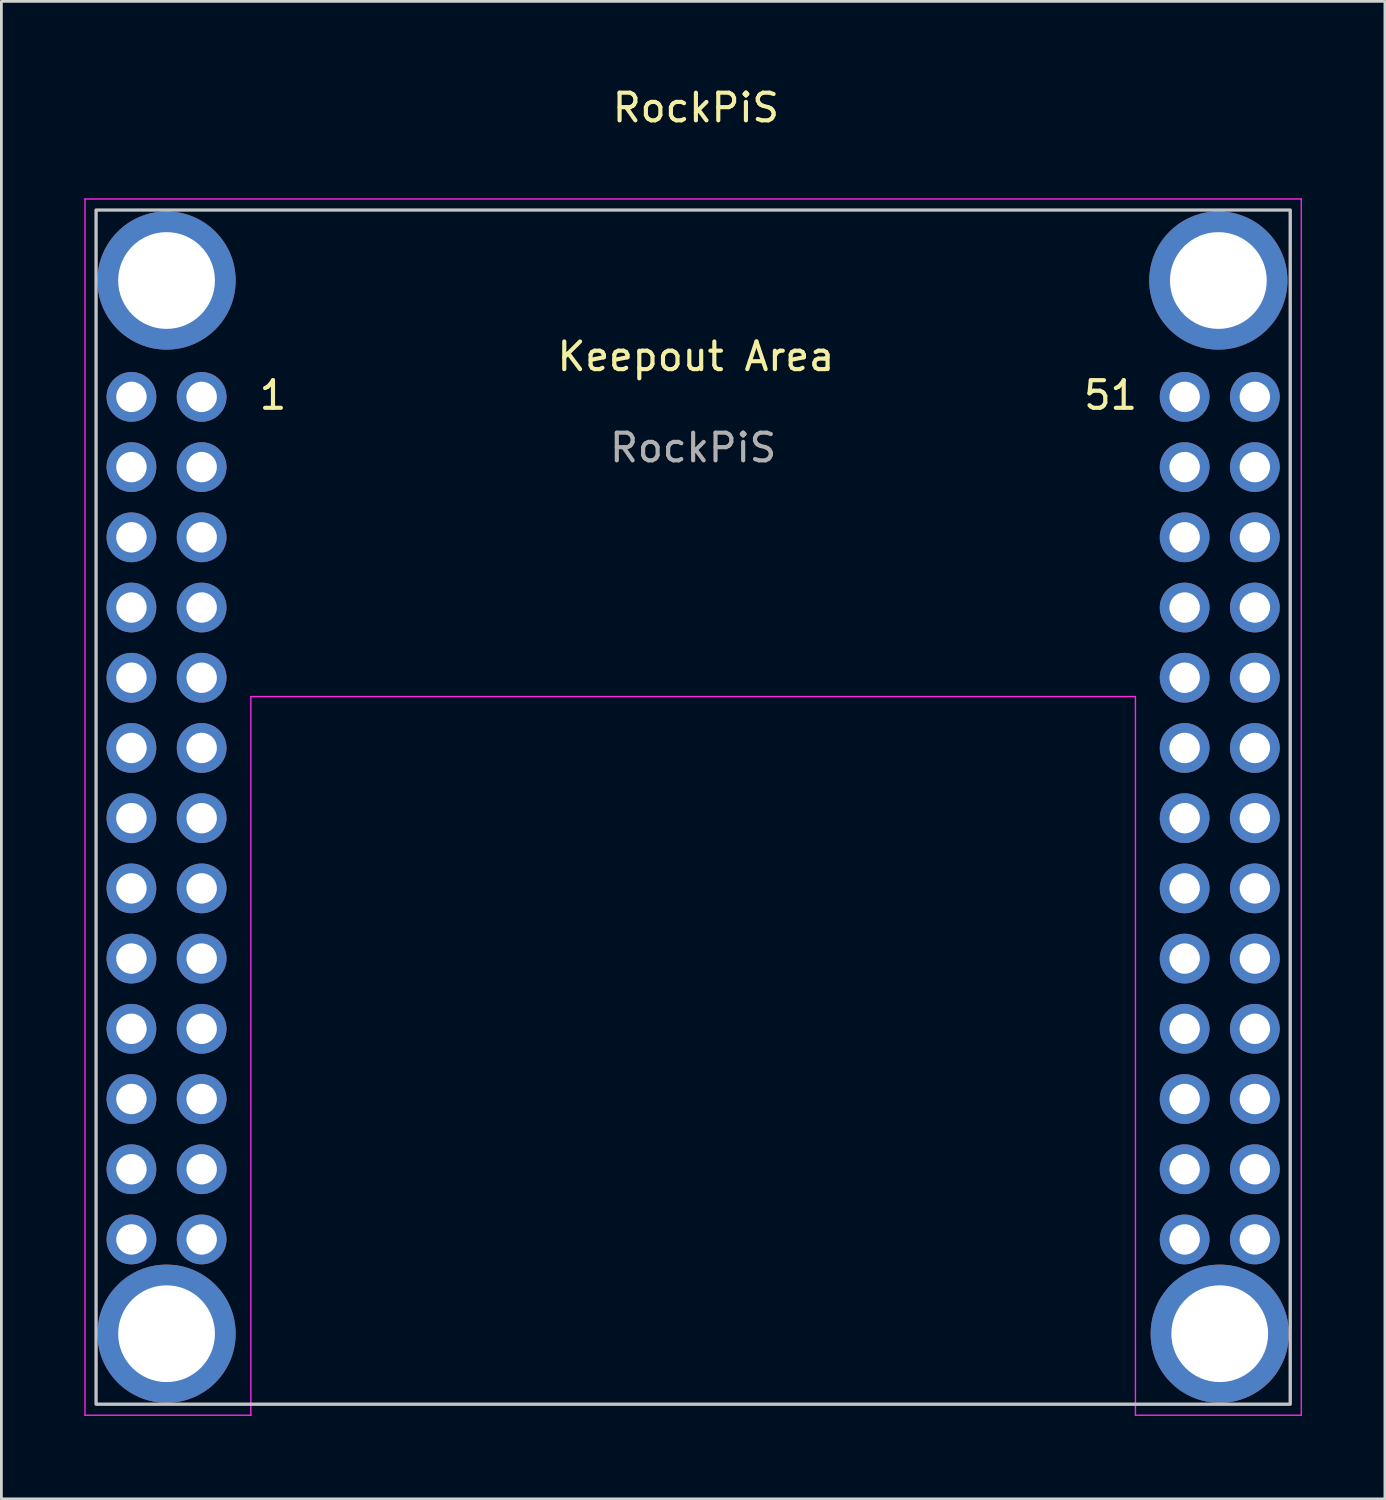
<source format=kicad_pcb>
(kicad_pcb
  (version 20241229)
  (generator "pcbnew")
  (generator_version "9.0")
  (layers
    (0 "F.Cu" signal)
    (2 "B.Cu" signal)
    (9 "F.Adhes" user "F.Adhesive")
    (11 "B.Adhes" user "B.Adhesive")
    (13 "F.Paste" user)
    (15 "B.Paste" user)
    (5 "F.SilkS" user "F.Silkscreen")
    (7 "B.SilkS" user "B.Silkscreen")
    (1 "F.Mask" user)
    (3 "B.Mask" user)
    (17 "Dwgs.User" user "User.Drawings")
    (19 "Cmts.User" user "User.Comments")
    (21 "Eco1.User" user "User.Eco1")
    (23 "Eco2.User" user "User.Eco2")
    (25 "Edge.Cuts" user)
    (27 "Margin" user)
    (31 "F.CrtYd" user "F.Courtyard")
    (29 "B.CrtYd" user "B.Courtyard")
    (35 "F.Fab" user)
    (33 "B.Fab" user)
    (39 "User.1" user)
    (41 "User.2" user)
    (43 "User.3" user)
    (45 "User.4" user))
  (footprint "RockPiS"
    (layer "F.Cu")
    (at 22.025 26.148)
    (property "Reference" "RockPiS" (at 0.1 -25.3 0) (unlocked yes) (layer "F.SilkS") (effects (font (size 1 1) (thickness 0.15))))
    (attr through_hole)
    (fp_rect (start -21.6 -21.6) (end 21.6 21.6) (stroke (width 0.12) (type solid)) (fill no) (layer "Dwgs.User"))
    (fp_line (start -22 -22) (end -22 22) (stroke (width 0.05) (type solid)) (layer "F.CrtYd"))
    (fp_line (start -22 22) (end -16 22) (stroke (width 0.05) (type solid)) (layer "F.CrtYd"))
    (fp_line (start -16 -4) (end 16 -4) (stroke (width 0.05) (type solid)) (layer "F.CrtYd"))
    (fp_line (start -16 22) (end -16 -4) (stroke (width 0.05) (type solid)) (layer "F.CrtYd"))
    (fp_line (start 16 -4) (end 16 22) (stroke (width 0.05) (type solid)) (layer "F.CrtYd"))
    (fp_line (start 16 22) (end 22 22) (stroke (width 0.05) (type solid)) (layer "F.CrtYd"))
    (fp_line (start 22 -22) (end -22 -22) (stroke (width 0.05) (type solid)) (layer "F.CrtYd"))
    (fp_line (start 22 22) (end 22 -22) (stroke (width 0.05) (type solid)) (layer "F.CrtYd"))
    (fp_text user "Keepout Area" (at 0.1 -16.3 0) (unlocked yes) (layer "F.SilkS") (effects (font (size 1 1) (thickness 0.15))))
    (fp_text user "1" (at -15.2 -14.9 0) (unlocked yes) (layer "F.SilkS") (effects (font (size 1 1) (thickness 0.15))))
    (fp_text user "51" (at 15.1 -14.9 0) (unlocked yes) (layer "F.SilkS") (effects (font (size 1 1) (thickness 0.15))))
    (fp_text user "${REFERENCE}" (at 0 -13 0) (unlocked yes) (layer "F.Fab") (effects (font (size 1 1) (thickness 0.15))))
    (pad "0" thru_hole circle (at -19.05 -19.05) (size 5 5) (drill 3.5) (layers "*.Cu" "*.Mask") (remove_unused_layers yes) (keep_end_layers yes) (zone_layer_connections))
    (pad "0" thru_hole circle (at -19.05 19.05) (size 5 5) (drill 3.5) (layers "*.Cu" "*.Mask") (remove_unused_layers yes) (keep_end_layers yes) (zone_layer_connections))
    (pad "0" thru_hole circle (at 19 -19.05) (size 5 5) (drill 3.5) (layers "*.Cu" "*.Mask") (remove_unused_layers yes) (keep_end_layers yes) (zone_layer_connections))
    (pad "0" thru_hole circle (at 19.05 19.05) (size 5 5) (drill 3.5) (layers "*.Cu" "*.Mask") (remove_unused_layers yes) (keep_end_layers yes) (zone_layer_connections))
    (pad "1" thru_hole circle (at -17.78 -14.84) (size 1.8 1.8) (drill 1.1) (layers "*.Cu" "*.Mask") (remove_unused_layers yes) (keep_end_layers yes) (zone_layer_connections))
    (pad "2" thru_hole circle (at -20.32 -14.84) (size 1.8 1.8) (drill 1.1) (layers "*.Cu" "*.Mask") (remove_unused_layers yes) (keep_end_layers yes) (zone_layer_connections))
    (pad "3" thru_hole circle (at -17.78 -12.3) (size 1.8 1.8) (drill 1.1) (layers "*.Cu" "*.Mask") (remove_unused_layers yes) (keep_end_layers yes) (zone_layer_connections))
    (pad "4" thru_hole circle (at -20.32 -12.3) (size 1.8 1.8) (drill 1.1) (layers "*.Cu" "*.Mask") (remove_unused_layers yes) (keep_end_layers yes) (zone_layer_connections))
    (pad "5" thru_hole circle (at -17.78 -9.76) (size 1.8 1.8) (drill 1.1) (layers "*.Cu" "*.Mask") (remove_unused_layers yes) (keep_end_layers yes) (zone_layer_connections))
    (pad "6" thru_hole circle (at -20.32 -9.76) (size 1.8 1.8) (drill 1.1) (layers "*.Cu" "*.Mask") (remove_unused_layers yes) (keep_end_layers yes) (zone_layer_connections))
    (pad "7" thru_hole circle (at -17.78 -7.22) (size 1.8 1.8) (drill 1.1) (layers "*.Cu" "*.Mask") (remove_unused_layers yes) (keep_end_layers yes) (zone_layer_connections))
    (pad "8" thru_hole circle (at -20.32 -7.22) (size 1.8 1.8) (drill 1.1) (layers "*.Cu" "*.Mask") (remove_unused_layers yes) (keep_end_layers yes) (zone_layer_connections))
    (pad "9" thru_hole circle (at -17.78 -4.68) (size 1.8 1.8) (drill 1.1) (layers "*.Cu" "*.Mask") (remove_unused_layers yes) (keep_end_layers yes) (zone_layer_connections))
    (pad "10" thru_hole circle (at -20.32 -4.68) (size 1.8 1.8) (drill 1.1) (layers "*.Cu" "*.Mask") (remove_unused_layers yes) (keep_end_layers yes) (zone_layer_connections))
    (pad "11" thru_hole circle (at -17.78 -2.14) (size 1.8 1.8) (drill 1.1) (layers "*.Cu" "*.Mask") (remove_unused_layers yes) (keep_end_layers yes) (zone_layer_connections))
    (pad "12" thru_hole circle (at -20.32 -2.14) (size 1.8 1.8) (drill 1.1) (layers "*.Cu" "*.Mask") (remove_unused_layers yes) (keep_end_layers yes) (zone_layer_connections))
    (pad "13" thru_hole circle (at -17.78 0.4) (size 1.8 1.8) (drill 1.1) (layers "*.Cu" "*.Mask") (remove_unused_layers yes) (keep_end_layers yes) (zone_layer_connections))
    (pad "14" thru_hole circle (at -20.32 0.4) (size 1.8 1.8) (drill 1.1) (layers "*.Cu" "*.Mask") (remove_unused_layers yes) (keep_end_layers yes) (zone_layer_connections))
    (pad "15" thru_hole circle (at -17.78 2.94) (size 1.8 1.8) (drill 1.1) (layers "*.Cu" "*.Mask") (remove_unused_layers yes) (keep_end_layers yes) (zone_layer_connections))
    (pad "16" thru_hole circle (at -20.32 2.94) (size 1.8 1.8) (drill 1.1) (layers "*.Cu" "*.Mask") (remove_unused_layers yes) (keep_end_layers yes) (zone_layer_connections))
    (pad "17" thru_hole circle (at -17.78 5.48) (size 1.8 1.8) (drill 1.1) (layers "*.Cu" "*.Mask") (remove_unused_layers yes) (keep_end_layers yes) (zone_layer_connections))
    (pad "18" thru_hole circle (at -20.32 5.48) (size 1.8 1.8) (drill 1.1) (layers "*.Cu" "*.Mask") (remove_unused_layers yes) (keep_end_layers yes) (zone_layer_connections))
    (pad "19" thru_hole circle (at -17.78 8.02) (size 1.8 1.8) (drill 1.1) (layers "*.Cu" "*.Mask") (remove_unused_layers yes) (keep_end_layers yes) (zone_layer_connections))
    (pad "20" thru_hole circle (at -20.32 8.02) (size 1.8 1.8) (drill 1.1) (layers "*.Cu" "*.Mask") (remove_unused_layers yes) (keep_end_layers yes) (zone_layer_connections))
    (pad "21" thru_hole circle (at -17.78 10.56) (size 1.8 1.8) (drill 1.1) (layers "*.Cu" "*.Mask") (remove_unused_layers yes) (keep_end_layers yes) (zone_layer_connections))
    (pad "22" thru_hole circle (at -20.32 10.56) (size 1.8 1.8) (drill 1.1) (layers "*.Cu" "*.Mask") (remove_unused_layers yes) (keep_end_layers yes) (zone_layer_connections))
    (pad "23" thru_hole circle (at -17.78 13.1) (size 1.8 1.8) (drill 1.1) (layers "*.Cu" "*.Mask") (remove_unused_layers yes) (keep_end_layers yes) (zone_layer_connections))
    (pad "24" thru_hole circle (at -20.32 13.1) (size 1.8 1.8) (drill 1.1) (layers "*.Cu" "*.Mask") (remove_unused_layers yes) (keep_end_layers yes) (zone_layer_connections))
    (pad "25" thru_hole circle (at -17.78 15.64) (size 1.8 1.8) (drill 1.1) (layers "*.Cu" "*.Mask") (remove_unused_layers yes) (keep_end_layers yes) (zone_layer_connections))
    (pad "26" thru_hole circle (at -20.32 15.64) (size 1.8 1.8) (drill 1.1) (layers "*.Cu" "*.Mask") (remove_unused_layers yes) (keep_end_layers yes) (zone_layer_connections))
    (pad "27" thru_hole circle (at 17.78 15.64) (size 1.8 1.8) (drill 1.1) (layers "*.Cu" "*.Mask") (remove_unused_layers yes) (keep_end_layers yes) (zone_layer_connections))
    (pad "28" thru_hole circle (at 20.32 15.64) (size 1.8 1.8) (drill 1.1) (layers "*.Cu" "*.Mask") (remove_unused_layers yes) (keep_end_layers yes) (zone_layer_connections))
    (pad "29" thru_hole circle (at 17.78 13.1) (size 1.8 1.8) (drill 1.1) (layers "*.Cu" "*.Mask") (remove_unused_layers yes) (keep_end_layers yes) (zone_layer_connections))
    (pad "30" thru_hole circle (at 20.32 13.1) (size 1.8 1.8) (drill 1.1) (layers "*.Cu" "*.Mask") (remove_unused_layers yes) (keep_end_layers yes) (zone_layer_connections))
    (pad "31" thru_hole circle (at 17.78 10.56) (size 1.8 1.8) (drill 1.1) (layers "*.Cu" "*.Mask") (remove_unused_layers yes) (keep_end_layers yes) (zone_layer_connections))
    (pad "32" thru_hole circle (at 20.32 10.56) (size 1.8 1.8) (drill 1.1) (layers "*.Cu" "*.Mask") (remove_unused_layers yes) (keep_end_layers yes) (zone_layer_connections))
    (pad "33" thru_hole circle (at 17.78 8.02) (size 1.8 1.8) (drill 1.1) (layers "*.Cu" "*.Mask") (remove_unused_layers yes) (keep_end_layers yes) (zone_layer_connections))
    (pad "34" thru_hole circle (at 20.32 8.02) (size 1.8 1.8) (drill 1.1) (layers "*.Cu" "*.Mask") (remove_unused_layers yes) (keep_end_layers yes) (zone_layer_connections))
    (pad "35" thru_hole circle (at 17.78 5.48) (size 1.8 1.8) (drill 1.1) (layers "*.Cu" "*.Mask") (remove_unused_layers yes) (keep_end_layers yes) (zone_layer_connections))
    (pad "36" thru_hole circle (at 20.32 5.48) (size 1.8 1.8) (drill 1.1) (layers "*.Cu" "*.Mask") (remove_unused_layers yes) (keep_end_layers yes) (zone_layer_connections))
    (pad "37" thru_hole circle (at 17.78 2.94) (size 1.8 1.8) (drill 1.1) (layers "*.Cu" "*.Mask") (remove_unused_layers yes) (keep_end_layers yes) (zone_layer_connections))
    (pad "38" thru_hole circle (at 20.32 2.94) (size 1.8 1.8) (drill 1.1) (layers "*.Cu" "*.Mask") (remove_unused_layers yes) (keep_end_layers yes) (zone_layer_connections))
    (pad "39" thru_hole circle (at 17.78 0.4) (size 1.8 1.8) (drill 1.1) (layers "*.Cu" "*.Mask") (remove_unused_layers yes) (keep_end_layers yes) (zone_layer_connections))
    (pad "40" thru_hole circle (at 20.32 0.4) (size 1.8 1.8) (drill 1.1) (layers "*.Cu" "*.Mask") (remove_unused_layers yes) (keep_end_layers yes) (zone_layer_connections))
    (pad "41" thru_hole circle (at 17.78 -2.14) (size 1.8 1.8) (drill 1.1) (layers "*.Cu" "*.Mask") (remove_unused_layers yes) (keep_end_layers yes) (zone_layer_connections))
    (pad "42" thru_hole circle (at 20.32 -2.14) (size 1.8 1.8) (drill 1.1) (layers "*.Cu" "*.Mask") (remove_unused_layers yes) (keep_end_layers yes) (zone_layer_connections))
    (pad "43" thru_hole circle (at 17.78 -4.68) (size 1.8 1.8) (drill 1.1) (layers "*.Cu" "*.Mask") (remove_unused_layers yes) (keep_end_layers yes) (zone_layer_connections))
    (pad "44" thru_hole circle (at 20.32 -4.68) (size 1.8 1.8) (drill 1.1) (layers "*.Cu" "*.Mask") (remove_unused_layers yes) (keep_end_layers yes) (zone_layer_connections))
    (pad "45" thru_hole circle (at 17.78 -7.22) (size 1.8 1.8) (drill 1.1) (layers "*.Cu" "*.Mask") (remove_unused_layers yes) (keep_end_layers yes) (zone_layer_connections))
    (pad "46" thru_hole circle (at 20.32 -7.22) (size 1.8 1.8) (drill 1.1) (layers "*.Cu" "*.Mask") (remove_unused_layers yes) (keep_end_layers yes) (zone_layer_connections))
    (pad "47" thru_hole circle (at 17.78 -9.76) (size 1.8 1.8) (drill 1.1) (layers "*.Cu" "*.Mask") (remove_unused_layers yes) (keep_end_layers yes) (zone_layer_connections))
    (pad "48" thru_hole circle (at 20.32 -9.76) (size 1.8 1.8) (drill 1.1) (layers "*.Cu" "*.Mask") (remove_unused_layers yes) (keep_end_layers yes) (zone_layer_connections))
    (pad "49" thru_hole circle (at 17.78 -12.3) (size 1.8 1.8) (drill 1.1) (layers "*.Cu" "*.Mask") (remove_unused_layers yes) (keep_end_layers yes) (zone_layer_connections))
    (pad "50" thru_hole circle (at 20.32 -12.3) (size 1.8 1.8) (drill 1.1) (layers "*.Cu" "*.Mask") (remove_unused_layers yes) (keep_end_layers yes) (zone_layer_connections))
    (pad "51" thru_hole circle (at 17.78 -14.84) (size 1.8 1.8) (drill 1.1) (layers "*.Cu" "*.Mask") (remove_unused_layers yes) (keep_end_layers yes) (zone_layer_connections))
    (pad "52" thru_hole circle (at 20.32 -14.84) (size 1.8 1.8) (drill 1.1) (layers "*.Cu" "*.Mask") (remove_unused_layers yes) (keep_end_layers yes) (zone_layer_connections)))
  (gr_rect
    (start -3 -3)
    (end 47.05 51.173)
    (stroke (width 0.1) (type default))
    (fill no)
    (layer "Edge.Cuts")))
</source>
